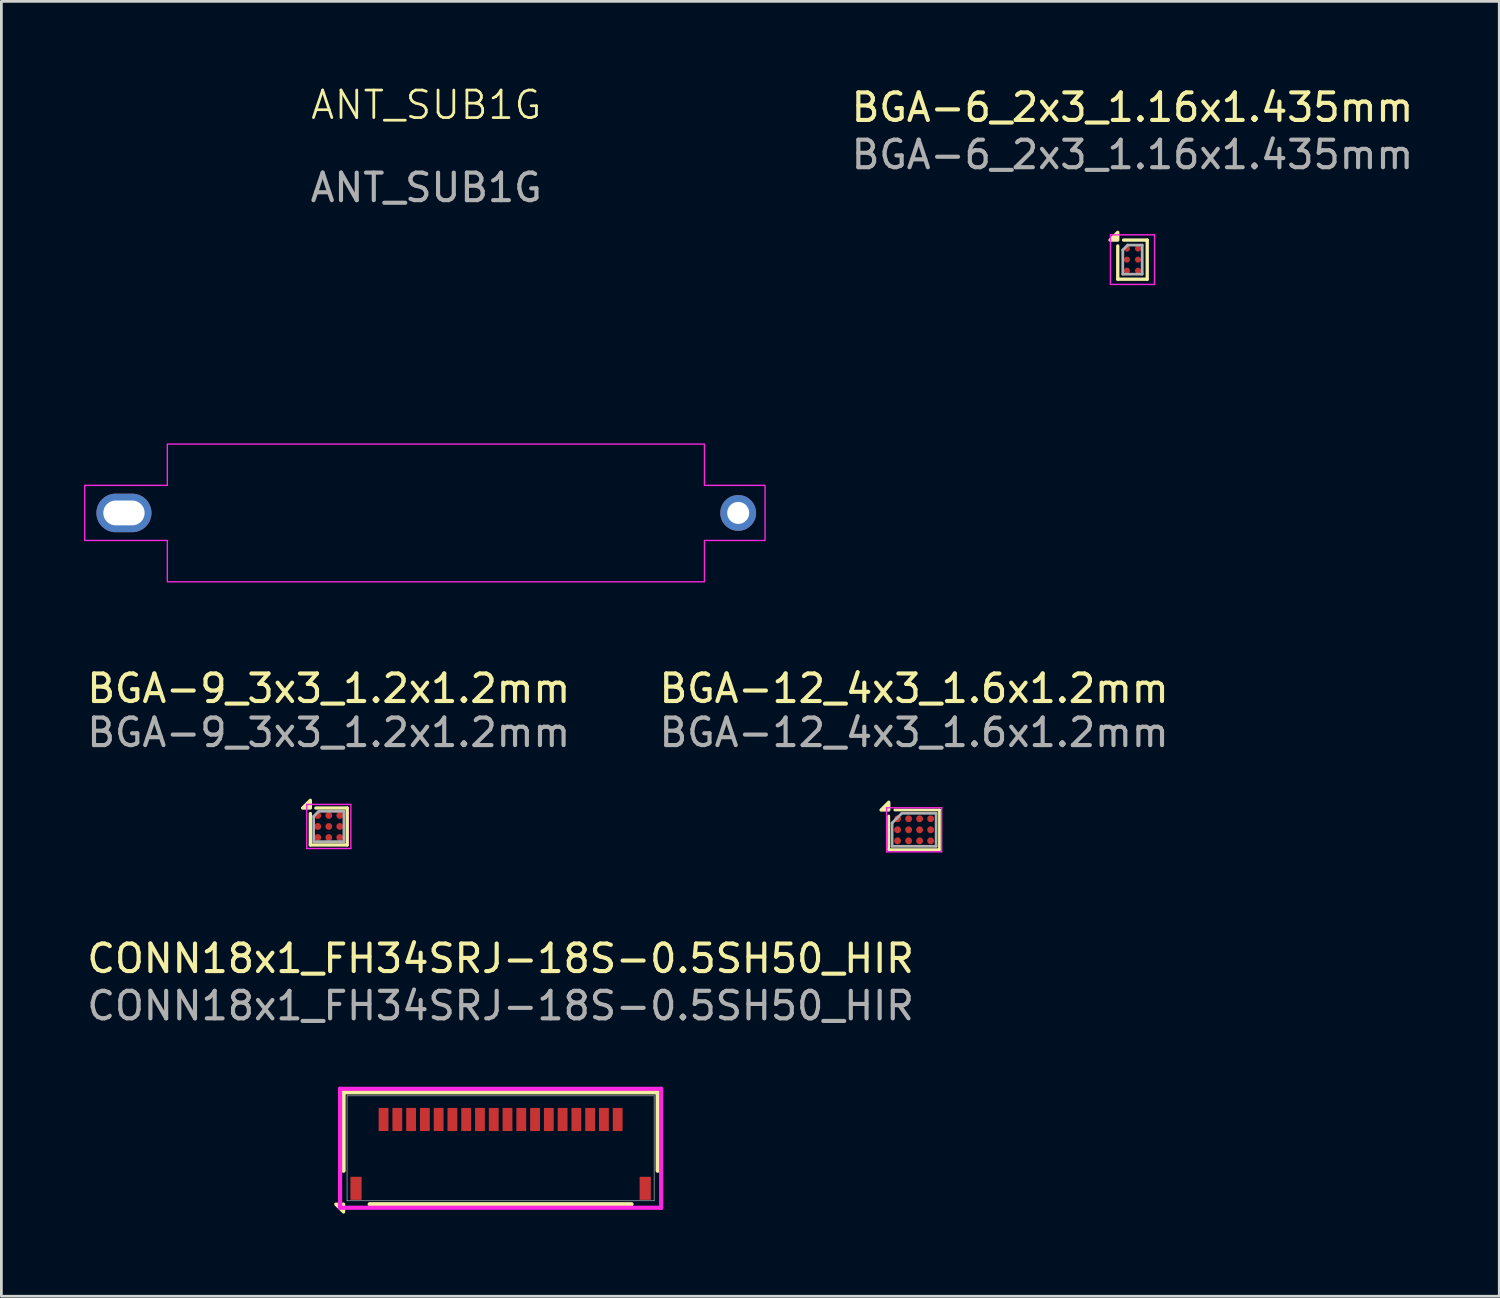
<source format=kicad_pcb>
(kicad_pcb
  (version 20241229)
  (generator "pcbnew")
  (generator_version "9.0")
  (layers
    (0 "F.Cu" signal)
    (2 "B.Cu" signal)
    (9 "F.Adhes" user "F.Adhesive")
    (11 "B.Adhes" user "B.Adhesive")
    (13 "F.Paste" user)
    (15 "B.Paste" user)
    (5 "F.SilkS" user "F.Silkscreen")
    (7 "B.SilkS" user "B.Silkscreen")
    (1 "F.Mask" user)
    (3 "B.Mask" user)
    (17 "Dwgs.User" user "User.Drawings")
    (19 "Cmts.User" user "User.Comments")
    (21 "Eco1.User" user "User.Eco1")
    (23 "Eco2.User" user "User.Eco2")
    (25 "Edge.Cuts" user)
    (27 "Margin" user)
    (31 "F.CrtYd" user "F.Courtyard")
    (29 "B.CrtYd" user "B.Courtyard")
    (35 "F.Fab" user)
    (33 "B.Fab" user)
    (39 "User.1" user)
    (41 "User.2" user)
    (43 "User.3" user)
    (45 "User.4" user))
  (footprint "BGA-6_2x3_1.16x1.435mm"
    (layer "F.Cu")
    (at 38.065 6.376)
    (property "Reference" "BGA-6_2x3_1.16x1.435mm" (at 0 -5.527 0) (layer "F.SilkS") (effects (font (size 1 1) (thickness 0.15))))
    (attr smd)
    (fp_line (start -0.535 0.71) (end -0.535 -0.497) (stroke (width 0.12) (type solid)) (layer "F.SilkS"))
    (fp_line (start -0.323 -0.71) (end 0.535 -0.71) (stroke (width 0.12) (type solid)) (layer "F.SilkS"))
    (fp_line (start 0.535 -0.71) (end 0.535 0.71) (stroke (width 0.12) (type solid)) (layer "F.SilkS"))
    (fp_line (start 0.535 0.71) (end -0.535 0.71) (stroke (width 0.12) (type solid)) (layer "F.SilkS"))
    (fp_poly (pts (xy -0.535 -0.71) (xy -0.815 -0.71) (xy -0.535 -0.99) (xy -0.535 -0.71)) (stroke (width 0.12) (type solid)) (fill yes) (layer "F.SilkS"))
    (fp_line (start -0.8 -0.9) (end 0.8 -0.9) (stroke (width 0.05) (type default)) (layer "F.CrtYd"))
    (fp_line (start -0.8 0.9) (end -0.8 -0.9) (stroke (width 0.05) (type default)) (layer "F.CrtYd"))
    (fp_line (start 0.8 -0.9) (end 0.8 0.9) (stroke (width 0.05) (type default)) (layer "F.CrtYd"))
    (fp_line (start 0.8 0.9) (end -0.8 0.9) (stroke (width 0.05) (type default)) (layer "F.CrtYd"))
    (fp_line (start -0.352 -0.351) (end -0.176 -0.527) (stroke (width 0.1) (type solid)) (layer "F.Fab"))
    (fp_line (start -0.352 0.527) (end -0.352 -0.351) (stroke (width 0.1) (type solid)) (layer "F.Fab"))
    (fp_line (start -0.176 -0.527) (end 0.352 -0.527) (stroke (width 0.1) (type solid)) (layer "F.Fab"))
    (fp_line (start 0.352 -0.527) (end 0.352 0.527) (stroke (width 0.1) (type solid)) (layer "F.Fab"))
    (fp_line (start 0.352 0.527) (end -0.352 0.527) (stroke (width 0.1) (type solid)) (layer "F.Fab"))
    (fp_text user "${REFERENCE}" (at 0 -3.81 0) (layer "F.Fab") (effects (font (size 1 1) (thickness 0.15))))
    (pad "A1" smd circle (at -0.2 -0.4) (size 0.22 0.22) (layers "F.Cu" "F.Mask" "F.Paste"))
    (pad "A2" smd circle (at 0.2 -0.4) (size 0.22 0.22) (layers "F.Cu" "F.Mask" "F.Paste"))
    (pad "B1" smd circle (at -0.2 0) (size 0.22 0.22) (layers "F.Cu" "F.Mask" "F.Paste"))
    (pad "B2" smd circle (at 0.2 0) (size 0.22 0.22) (layers "F.Cu" "F.Mask" "F.Paste"))
    (pad "C1" smd circle (at -0.2 0.4) (size 0.22 0.22) (layers "F.Cu" "F.Mask" "F.Paste"))
    (pad "C2" smd circle (at 0.2 0.4) (size 0.22 0.22) (layers "F.Cu" "F.Mask" "F.Paste")))
  (footprint "BGA-9_3x3_1.2x1.2mm"
    (layer "F.Cu")
    (at 8.887 26.955)
    (property "Reference" "BGA-9_3x3_1.2x1.2mm" (at 0 -5.01 0) (layer "F.SilkS") (effects (font (size 1 1) (thickness 0.15))))
    (attr smd)
    (fp_line (start -0.67 0.67) (end -0.67 -0.47) (stroke (width 0.12) (type default)) (layer "F.SilkS"))
    (fp_line (start -0.67 0.67) (end 0.67 0.67) (stroke (width 0.12) (type default)) (layer "F.SilkS"))
    (fp_line (start -0.47 -0.67) (end 0.67 -0.67) (stroke (width 0.12) (type default)) (layer "F.SilkS"))
    (fp_line (start 0.67 -0.67) (end 0.67 0.67) (stroke (width 0.12) (type default)) (layer "F.SilkS"))
    (fp_poly (pts (xy -0.67 -0.67) (xy -0.95 -0.67) (xy -0.67 -0.95) (xy -0.67 -0.67)) (stroke (width 0.12) (type solid)) (fill yes) (layer "F.SilkS"))
    (fp_line (start -0.8 -0.8) (end 0.8 -0.8) (stroke (width 0.05) (type default)) (layer "F.CrtYd"))
    (fp_line (start -0.8 0.8) (end -0.8 -0.8) (stroke (width 0.05) (type default)) (layer "F.CrtYd"))
    (fp_line (start 0.8 -0.8) (end 0.8 0.8) (stroke (width 0.05) (type default)) (layer "F.CrtYd"))
    (fp_line (start 0.8 0.8) (end -0.8 0.8) (stroke (width 0.05) (type default)) (layer "F.CrtYd"))
    (fp_line (start -0.55 -0.367) (end -0.55 0.55) (stroke (width 0.1) (type default)) (layer "F.Fab"))
    (fp_line (start -0.55 -0.367) (end -0.367 -0.55) (stroke (width 0.1) (type default)) (layer "F.Fab"))
    (fp_line (start -0.55 0.55) (end 0.55 0.55) (stroke (width 0.1) (type default)) (layer "F.Fab"))
    (fp_line (start 0.55 -0.55) (end -0.367 -0.55) (stroke (width 0.1) (type default)) (layer "F.Fab"))
    (fp_line (start 0.55 0.55) (end 0.55 -0.55) (stroke (width 0.1) (type default)) (layer "F.Fab"))
    (fp_text user "${REFERENCE}" (at 0 -3.41 0) (layer "F.Fab") (effects (font (size 1 1) (thickness 0.15))))
    (pad "A1" smd circle (at -0.4 -0.4) (size 0.25 0.25) (layers "F.Cu" "F.Mask" "F.Paste"))
    (pad "A2" smd circle (at 0 -0.4) (size 0.25 0.25) (layers "F.Cu" "F.Mask" "F.Paste"))
    (pad "A3" smd circle (at 0.4 -0.4) (size 0.25 0.25) (layers "F.Cu" "F.Mask" "F.Paste"))
    (pad "B1" smd circle (at -0.4 0) (size 0.25 0.25) (layers "F.Cu" "F.Mask" "F.Paste"))
    (pad "B2" smd circle (at 0 0) (size 0.25 0.25) (layers "F.Cu" "F.Mask" "F.Paste"))
    (pad "B3" smd circle (at 0.4 0) (size 0.25 0.25) (layers "F.Cu" "F.Mask" "F.Paste"))
    (pad "C1" smd circle (at -0.4 0.4) (size 0.25 0.25) (layers "F.Cu" "F.Mask" "F.Paste"))
    (pad "C2" smd circle (at 0 0.4) (size 0.25 0.25) (layers "F.Cu" "F.Mask" "F.Paste"))
    (pad "C3" smd circle (at 0.4 0.4) (size 0.25 0.25) (layers "F.Cu" "F.Mask" "F.Paste")))
  (footprint "ANT_SUB1G"
    (layer "F.Cu")
    (at 12.425 15.572)
    (property "Reference" "ANT_SUB1G" (at 0 -14.811 0) (unlocked yes) (layer "F.SilkS") (effects (font (size 1 1) (thickness 0.1))))
    (attr through_hole)
    (fp_poly (pts (xy 12.3 -1) (xy 10.1 -1) (xy 10.1 -2.5) (xy -9.4 -2.5) (xy -9.4 -1) (xy -12.4 -1) (xy -12.4 1) (xy -9.4 1) (xy -9.4 2.5) (xy 10.1 2.5) (xy 10.1 1) (xy 12.3 1)) (stroke (width 0.05) (type solid)) (fill no) (layer "F.CrtYd"))
    (fp_text user "${REFERENCE}" (at 0 -11.811 0) (unlocked yes) (layer "F.Fab") (effects (font (size 1 1) (thickness 0.15))))
    (pad "1" thru_hole oval (at -10.975 0) (size 2 1.4) (drill oval 1.5 0.9) (layers "*.Cu" "*.Mask"))
    (pad "2" thru_hole circle (at 11.325 0) (size 1.3 1.3) (drill 0.8) (layers "*.Cu" "*.Mask")))
  (footprint "BGA-12_4x3_1.6x1.2mm"
    (layer "F.Cu")
    (at 30.137 27.076)
    (property "Reference" "BGA-12_4x3_1.6x1.2mm" (at 0 -5.131 0) (layer "F.SilkS") (effects (font (size 1 1) (thickness 0.15))))
    (attr smd)
    (fp_line (start -0.92 -0.5) (end -0.92 0.72) (stroke (width 0.1) (type default)) (layer "F.SilkS"))
    (fp_line (start 0.92 -0.72) (end -0.7 -0.72) (stroke (width 0.1) (type default)) (layer "F.SilkS"))
    (fp_line (start 0.92 0.72) (end -0.92 0.72) (stroke (width 0.1) (type default)) (layer "F.SilkS"))
    (fp_line (start 0.92 0.72) (end 0.92 -0.72) (stroke (width 0.1) (type default)) (layer "F.SilkS"))
    (fp_poly (pts (xy -0.92 -0.72) (xy -1.2 -0.72) (xy -0.92 -1) (xy -0.92 -0.72)) (stroke (width 0.12) (type solid)) (fill yes) (layer "F.SilkS"))
    (fp_line (start -1 -0.8) (end 1 -0.8) (stroke (width 0.05) (type default)) (layer "F.CrtYd"))
    (fp_line (start -1 0.8) (end -1 -0.8) (stroke (width 0.05) (type default)) (layer "F.CrtYd"))
    (fp_line (start 1 -0.8) (end 1 0.8) (stroke (width 0.05) (type default)) (layer "F.CrtYd"))
    (fp_line (start 1 0.8) (end -1 0.8) (stroke (width 0.05) (type default)) (layer "F.CrtYd"))
    (fp_line (start -0.8 -0.246) (end -0.8 0.6) (stroke (width 0.1) (type default)) (layer "F.Fab"))
    (fp_line (start -0.8 0.6) (end 0.8 0.6) (stroke (width 0.1) (type default)) (layer "F.Fab"))
    (fp_line (start -0.446 -0.6) (end -0.8 -0.246) (stroke (width 0.1) (type default)) (layer "F.Fab"))
    (fp_line (start 0.8 -0.6) (end -0.446 -0.6) (stroke (width 0.1) (type default)) (layer "F.Fab"))
    (fp_line (start 0.8 0.6) (end 0.8 -0.6) (stroke (width 0.1) (type default)) (layer "F.Fab"))
    (fp_text user "${REFERENCE}" (at 0 -3.531 0) (layer "F.Fab") (effects (font (size 1 1) (thickness 0.15))))
    (pad "A1" smd circle (at -0.6 -0.4) (size 0.25 0.25) (layers "F.Cu" "F.Mask" "F.Paste"))
    (pad "A2" smd circle (at -0.2 -0.4) (size 0.25 0.25) (layers "F.Cu" "F.Mask" "F.Paste"))
    (pad "A3" smd circle (at 0.2 -0.4) (size 0.25 0.25) (layers "F.Cu" "F.Mask" "F.Paste"))
    (pad "A4" smd circle (at 0.6 -0.4) (size 0.25 0.25) (layers "F.Cu" "F.Mask" "F.Paste"))
    (pad "B1" smd circle (at -0.6 0) (size 0.25 0.25) (layers "F.Cu" "F.Mask" "F.Paste"))
    (pad "B2" smd circle (at -0.2 0) (size 0.25 0.25) (layers "F.Cu" "F.Mask" "F.Paste"))
    (pad "B3" smd circle (at 0.2 0) (size 0.25 0.25) (layers "F.Cu" "F.Mask" "F.Paste"))
    (pad "B4" smd circle (at 0.6 0) (size 0.25 0.25) (layers "F.Cu" "F.Mask" "F.Paste"))
    (pad "C1" smd circle (at -0.6 0.4) (size 0.25 0.25) (layers "F.Cu" "F.Mask" "F.Paste"))
    (pad "C2" smd circle (at -0.2 0.4) (size 0.25 0.25) (layers "F.Cu" "F.Mask" "F.Paste"))
    (pad "C3" smd circle (at 0.2 0.4) (size 0.25 0.25) (layers "F.Cu" "F.Mask" "F.Paste"))
    (pad "C4" smd circle (at 0.6 0.4) (size 0.25 0.25) (layers "F.Cu" "F.Mask" "F.Paste")))
  (footprint "CONN18x1_FH34SRJ-18S-0.5SH50_HIR"
    (layer "F.Cu")
    (at 15.125 38.638)
    (property "Reference" "CONN18x1_FH34SRJ-18S-0.5SH50_HIR" (at 0 -6.889 0) (unlocked yes) (layer "F.SilkS") (effects (font (size 1 1) (thickness 0.15))))
    (attr smd)
    (fp_line (start -5.702 -2.032) (end -5.702 0.815) (stroke (width 0.152) (type solid)) (layer "F.SilkS"))
    (fp_line (start -4.754 2.032) (end 4.754 2.032) (stroke (width 0.152) (type solid)) (layer "F.SilkS"))
    (fp_line (start 5.702 -2.032) (end -5.702 -2.032) (stroke (width 0.152) (type solid)) (layer "F.SilkS"))
    (fp_line (start 5.702 0.815) (end 5.702 -2.032) (stroke (width 0.152) (type solid)) (layer "F.SilkS"))
    (fp_poly (pts (xy -5.702 2.032) (xy -5.702 2.312) (xy -5.982 2.032) (xy -5.702 2.032)) (stroke (width 0.12) (type solid)) (fill yes) (layer "F.SilkS"))
    (fp_line (start -5.829 -2.159) (end -5.829 2.159) (stroke (width 0.152) (type solid)) (layer "F.CrtYd"))
    (fp_line (start -5.829 2.159) (end 5.829 2.159) (stroke (width 0.152) (type solid)) (layer "F.CrtYd"))
    (fp_line (start 5.829 -2.159) (end -5.829 -2.159) (stroke (width 0.152) (type solid)) (layer "F.CrtYd"))
    (fp_line (start 5.829 2.159) (end 5.829 -2.159) (stroke (width 0.152) (type solid)) (layer "F.CrtYd"))
    (fp_line (start -5.575 -1.905) (end -5.575 1.905) (stroke (width 0.025) (type solid)) (layer "F.Fab"))
    (fp_line (start -5.575 1.905) (end 5.575 1.905) (stroke (width 0.025) (type solid)) (layer "F.Fab"))
    (fp_line (start 5.575 -1.905) (end -5.575 -1.905) (stroke (width 0.025) (type solid)) (layer "F.Fab"))
    (fp_line (start 5.575 1.905) (end 5.575 -1.905) (stroke (width 0.025) (type solid)) (layer "F.Fab"))
    (fp_text user "${REFERENCE}" (at 0 -5.172 0) (unlocked yes) (layer "F.Fab") (effects (font (size 1 1) (thickness 0.15))))
    (pad "1" smd rect (at -4.25 -1.045) (size 0.356 0.838) (layers "F.Cu" "F.Mask" "F.Paste"))
    (pad "2" smd rect (at -3.75 -1.045) (size 0.356 0.838) (layers "F.Cu" "F.Mask" "F.Paste"))
    (pad "3" smd rect (at -3.25 -1.045) (size 0.356 0.838) (layers "F.Cu" "F.Mask" "F.Paste"))
    (pad "4" smd rect (at -2.75 -1.045) (size 0.356 0.838) (layers "F.Cu" "F.Mask" "F.Paste"))
    (pad "5" smd rect (at -2.25 -1.045) (size 0.356 0.838) (layers "F.Cu" "F.Mask" "F.Paste"))
    (pad "6" smd rect (at -1.75 -1.045) (size 0.356 0.838) (layers "F.Cu" "F.Mask" "F.Paste"))
    (pad "7" smd rect (at -1.25 -1.045) (size 0.356 0.838) (layers "F.Cu" "F.Mask" "F.Paste"))
    (pad "8" smd rect (at -0.75 -1.045) (size 0.356 0.838) (layers "F.Cu" "F.Mask" "F.Paste"))
    (pad "9" smd rect (at -0.25 -1.045) (size 0.356 0.838) (layers "F.Cu" "F.Mask" "F.Paste"))
    (pad "10" smd rect (at 0.25 -1.045) (size 0.356 0.838) (layers "F.Cu" "F.Mask" "F.Paste"))
    (pad "11" smd rect (at 0.75 -1.045) (size 0.356 0.838) (layers "F.Cu" "F.Mask" "F.Paste"))
    (pad "12" smd rect (at 1.25 -1.045) (size 0.356 0.838) (layers "F.Cu" "F.Mask" "F.Paste"))
    (pad "13" smd rect (at 1.75 -1.045) (size 0.356 0.838) (layers "F.Cu" "F.Mask" "F.Paste"))
    (pad "14" smd rect (at 2.25 -1.045) (size 0.356 0.838) (layers "F.Cu" "F.Mask" "F.Paste"))
    (pad "15" smd rect (at 2.75 -1.045) (size 0.356 0.838) (layers "F.Cu" "F.Mask" "F.Paste"))
    (pad "16" smd rect (at 3.25 -1.045) (size 0.356 0.838) (layers "F.Cu" "F.Mask" "F.Paste"))
    (pad "17" smd rect (at 3.75 -1.045) (size 0.356 0.838) (layers "F.Cu" "F.Mask" "F.Paste"))
    (pad "18" smd rect (at 4.25 -1.045) (size 0.356 0.838) (layers "F.Cu" "F.Mask" "F.Paste"))
    (pad "MP" smd rect (at -5.25 1.455) (size 0.406 0.838) (layers "F.Cu" "F.Mask" "F.Paste"))
    (pad "MP" smd rect (at 5.25 1.455) (size 0.406 0.838) (layers "F.Cu" "F.Mask" "F.Paste")))
  (gr_rect
    (start -3 -3)
    (end 51.381 44.01)
    (stroke (width 0.1) (type default))
    (fill no)
    (layer "Edge.Cuts")))
</source>
